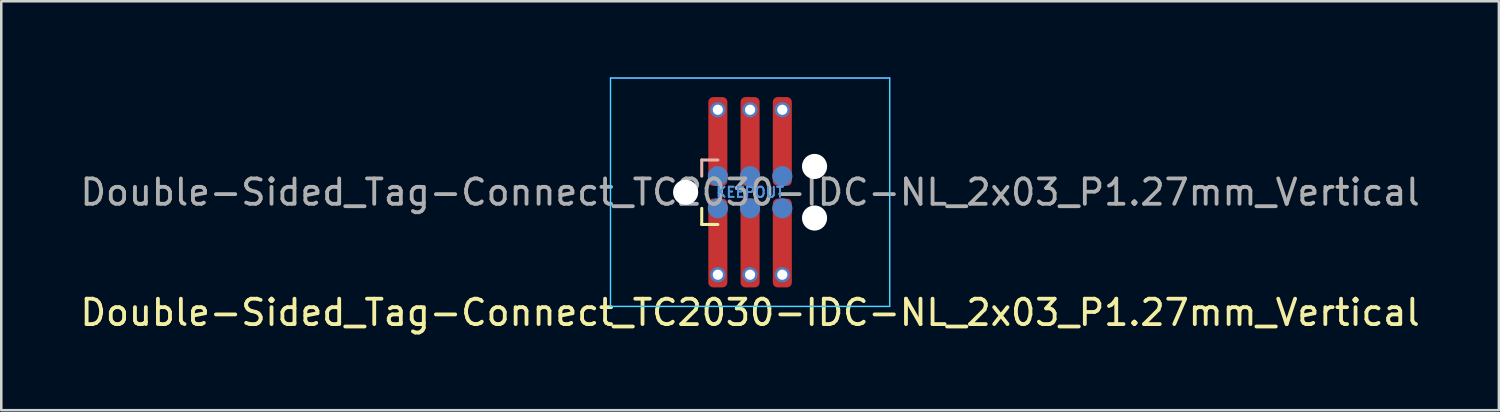
<source format=kicad_pcb>
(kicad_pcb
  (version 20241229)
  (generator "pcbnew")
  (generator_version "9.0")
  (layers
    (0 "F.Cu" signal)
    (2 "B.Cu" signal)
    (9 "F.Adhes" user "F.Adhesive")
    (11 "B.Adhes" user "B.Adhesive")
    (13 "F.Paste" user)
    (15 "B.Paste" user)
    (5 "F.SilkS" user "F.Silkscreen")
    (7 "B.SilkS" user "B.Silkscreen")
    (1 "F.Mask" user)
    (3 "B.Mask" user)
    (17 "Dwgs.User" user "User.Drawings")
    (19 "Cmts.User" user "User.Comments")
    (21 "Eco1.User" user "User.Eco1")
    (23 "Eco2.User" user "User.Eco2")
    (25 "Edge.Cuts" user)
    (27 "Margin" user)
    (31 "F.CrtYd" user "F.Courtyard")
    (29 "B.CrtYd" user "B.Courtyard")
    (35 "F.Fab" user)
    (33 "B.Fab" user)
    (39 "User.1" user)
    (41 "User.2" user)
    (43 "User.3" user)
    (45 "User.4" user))
  (footprint "Double-Sided_Tag-Connect_TC2030-IDC-NL_2x03_P1.27mm_Vertical"
    (layer "F.Cu")
    (at 26.506 4.525)
    (property "Reference" "Double-Sided_Tag-Connect_TC2030-IDC-NL_2x03_P1.27mm_Vertical" (at 0 4.74 0) (layer "F.SilkS") (effects (font (size 1 1) (thickness 0.15))))
    (attr exclude_from_pos_files exclude_from_bom)
    (fp_line (start -1.905 1.27) (end -1.905 0.635) (stroke (width 0.12) (type solid)) (layer "F.SilkS"))
    (fp_line (start -1.27 1.27) (end -1.905 1.27) (stroke (width 0.12) (type solid)) (layer "F.SilkS"))
    (fp_line (start -1.905 -1.27) (end -1.905 -0.635) (stroke (width 0.12) (type solid)) (layer "B.SilkS"))
    (fp_line (start -1.27 -1.27) (end -1.905 -1.27) (stroke (width 0.12) (type solid)) (layer "B.SilkS"))
    (fp_line (start -5.5 -4.5) (end -5.5 4.5) (stroke (width 0.05) (type solid)) (layer "B.CrtYd"))
    (fp_line (start -5.5 4.5) (end 5.5 4.5) (stroke (width 0.05) (type solid)) (layer "B.CrtYd"))
    (fp_line (start 5.5 -4.5) (end -5.5 -4.5) (stroke (width 0.05) (type solid)) (layer "B.CrtYd"))
    (fp_line (start 5.5 4.5) (end 5.5 -4.5) (stroke (width 0.05) (type solid)) (layer "B.CrtYd"))
    (fp_line (start -5.5 -4.5) (end 5.5 -4.5) (stroke (width 0.05) (type solid)) (layer "F.CrtYd"))
    (fp_line (start -5.5 4.5) (end -5.5 -4.5) (stroke (width 0.05) (type solid)) (layer "F.CrtYd"))
    (fp_line (start 5.5 -4.5) (end 5.5 4.5) (stroke (width 0.05) (type solid)) (layer "F.CrtYd"))
    (fp_line (start 5.5 4.5) (end -5.5 4.5) (stroke (width 0.05) (type solid)) (layer "F.CrtYd"))
    (fp_text user "KEEPOUT" (at 0 0 0) (layer "Cmts.User") (effects (font (size 0.4 0.4) (thickness 0.07))))
    (fp_text user "KEEPOUT" (at 0 0 180) (layer "Cmts.User") (effects (font (size 0.4 0.4) (thickness 0.07))))
    (fp_text user "${REFERENCE}" (at 0 0 0) (layer "F.Fab") (effects (font (size 1 1) (thickness 0.15))))
    (pad "" np_thru_hole circle (at -2.54 0) (size 0.991 0.991) (drill 0.991) (layers "*.Cu" "*.Mask"))
    (pad "" np_thru_hole circle (at 2.54 -1.016) (size 0.991 0.991) (drill 0.991) (layers "*.Cu" "*.Mask"))
    (pad "" np_thru_hole circle (at 2.54 1.016) (size 0.991 0.991) (drill 0.991) (layers "*.Cu" "*.Mask"))
    (pad "1" connect circle (at -1.27 -0.635 180) (size 0.787 0.787) (layers "B.Cu" "B.Mask"))
    (pad "1" connect circle (at -1.27 0.635) (size 0.787 0.787) (layers "F.Cu" "F.Mask"))
    (pad "1" smd roundrect (at -1.27 2) (size 0.75 3.5) (layers "F.Cu") (roundrect_rratio 0.254))
    (pad "1" thru_hole circle (at -1.27 3.25) (size 0.6 0.6) (drill 0.4) (layers "*.Cu"))
    (pad "2" thru_hole circle (at -1.27 -3.25) (size 0.6 0.6) (drill 0.4) (layers "*.Cu"))
    (pad "2" smd roundrect (at -1.27 -2) (size 0.75 3.5) (layers "F.Cu") (roundrect_rratio 0.254))
    (pad "2" connect circle (at -1.27 -0.635) (size 0.787 0.787) (layers "F.Cu" "F.Mask"))
    (pad "2" connect circle (at -1.27 0.635 180) (size 0.787 0.787) (layers "B.Cu" "B.Mask"))
    (pad "3" connect circle (at 0 -0.635 180) (size 0.787 0.787) (layers "B.Cu" "B.Mask"))
    (pad "3" connect circle (at 0 0.635) (size 0.787 0.787) (layers "F.Cu" "F.Mask"))
    (pad "3" smd roundrect (at 0 2) (size 0.75 3.5) (layers "F.Cu") (roundrect_rratio 0.254))
    (pad "3" thru_hole circle (at 0 3.25) (size 0.6 0.6) (drill 0.4) (layers "*.Cu"))
    (pad "4" thru_hole circle (at 0 -3.25) (size 0.6 0.6) (drill 0.4) (layers "*.Cu"))
    (pad "4" smd roundrect (at 0 -2) (size 0.75 3.5) (layers "F.Cu") (roundrect_rratio 0.254))
    (pad "4" connect circle (at 0 -0.635) (size 0.787 0.787) (layers "F.Cu" "F.Mask"))
    (pad "4" connect circle (at 0 0.635 180) (size 0.787 0.787) (layers "B.Cu" "B.Mask"))
    (pad "5" connect circle (at 1.27 -0.635 180) (size 0.787 0.787) (layers "B.Cu" "B.Mask"))
    (pad "5" connect circle (at 1.27 0.635) (size 0.787 0.787) (layers "F.Cu" "F.Mask"))
    (pad "5" smd roundrect (at 1.27 2) (size 0.75 3.5) (layers "F.Cu") (roundrect_rratio 0.254))
    (pad "5" thru_hole circle (at 1.27 3.25) (size 0.6 0.6) (drill 0.4) (layers "*.Cu"))
    (pad "6" thru_hole circle (at 1.27 -3.25) (size 0.6 0.6) (drill 0.4) (layers "*.Cu"))
    (pad "6" smd roundrect (at 1.27 -2) (size 0.75 3.5) (layers "F.Cu") (roundrect_rratio 0.254))
    (pad "6" connect circle (at 1.27 -0.635) (size 0.787 0.787) (layers "F.Cu" "F.Mask"))
    (pad "6" connect circle (at 1.27 0.635 180) (size 0.787 0.787) (layers "B.Cu" "B.Mask"))
    (zone (net_name "") (layer "F.Cu") (hatch full 0.508) (connect_pads) (min_thickness 0.254) (filled_areas_thickness no) (keepout (tracks allowed) (vias not_allowed) (pads allowed) (copperpour not_allowed) (footprints not_allowed)) (placement (enabled no)) (fill) (polygon (pts (xy 27.776 3.89) (xy 25.236 3.89) (xy 25.236 5.16) (xy 27.776 5.16))))
    (zone (net_name "") (layer "B.Cu") (hatch full 0.508) (connect_pads) (min_thickness 0.254) (filled_areas_thickness no) (keepout (tracks allowed) (vias not_allowed) (pads allowed) (copperpour not_allowed) (footprints not_allowed)) (placement (enabled no)) (fill) (polygon (pts (xy 27.776 5.16) (xy 25.236 5.16) (xy 25.236 3.89) (xy 27.776 3.89)))))
  (gr_rect
    (start -3 -3)
    (end 56.012 13.113)
    (stroke (width 0.1) (type default))
    (fill no)
    (layer "Edge.Cuts")))
</source>
